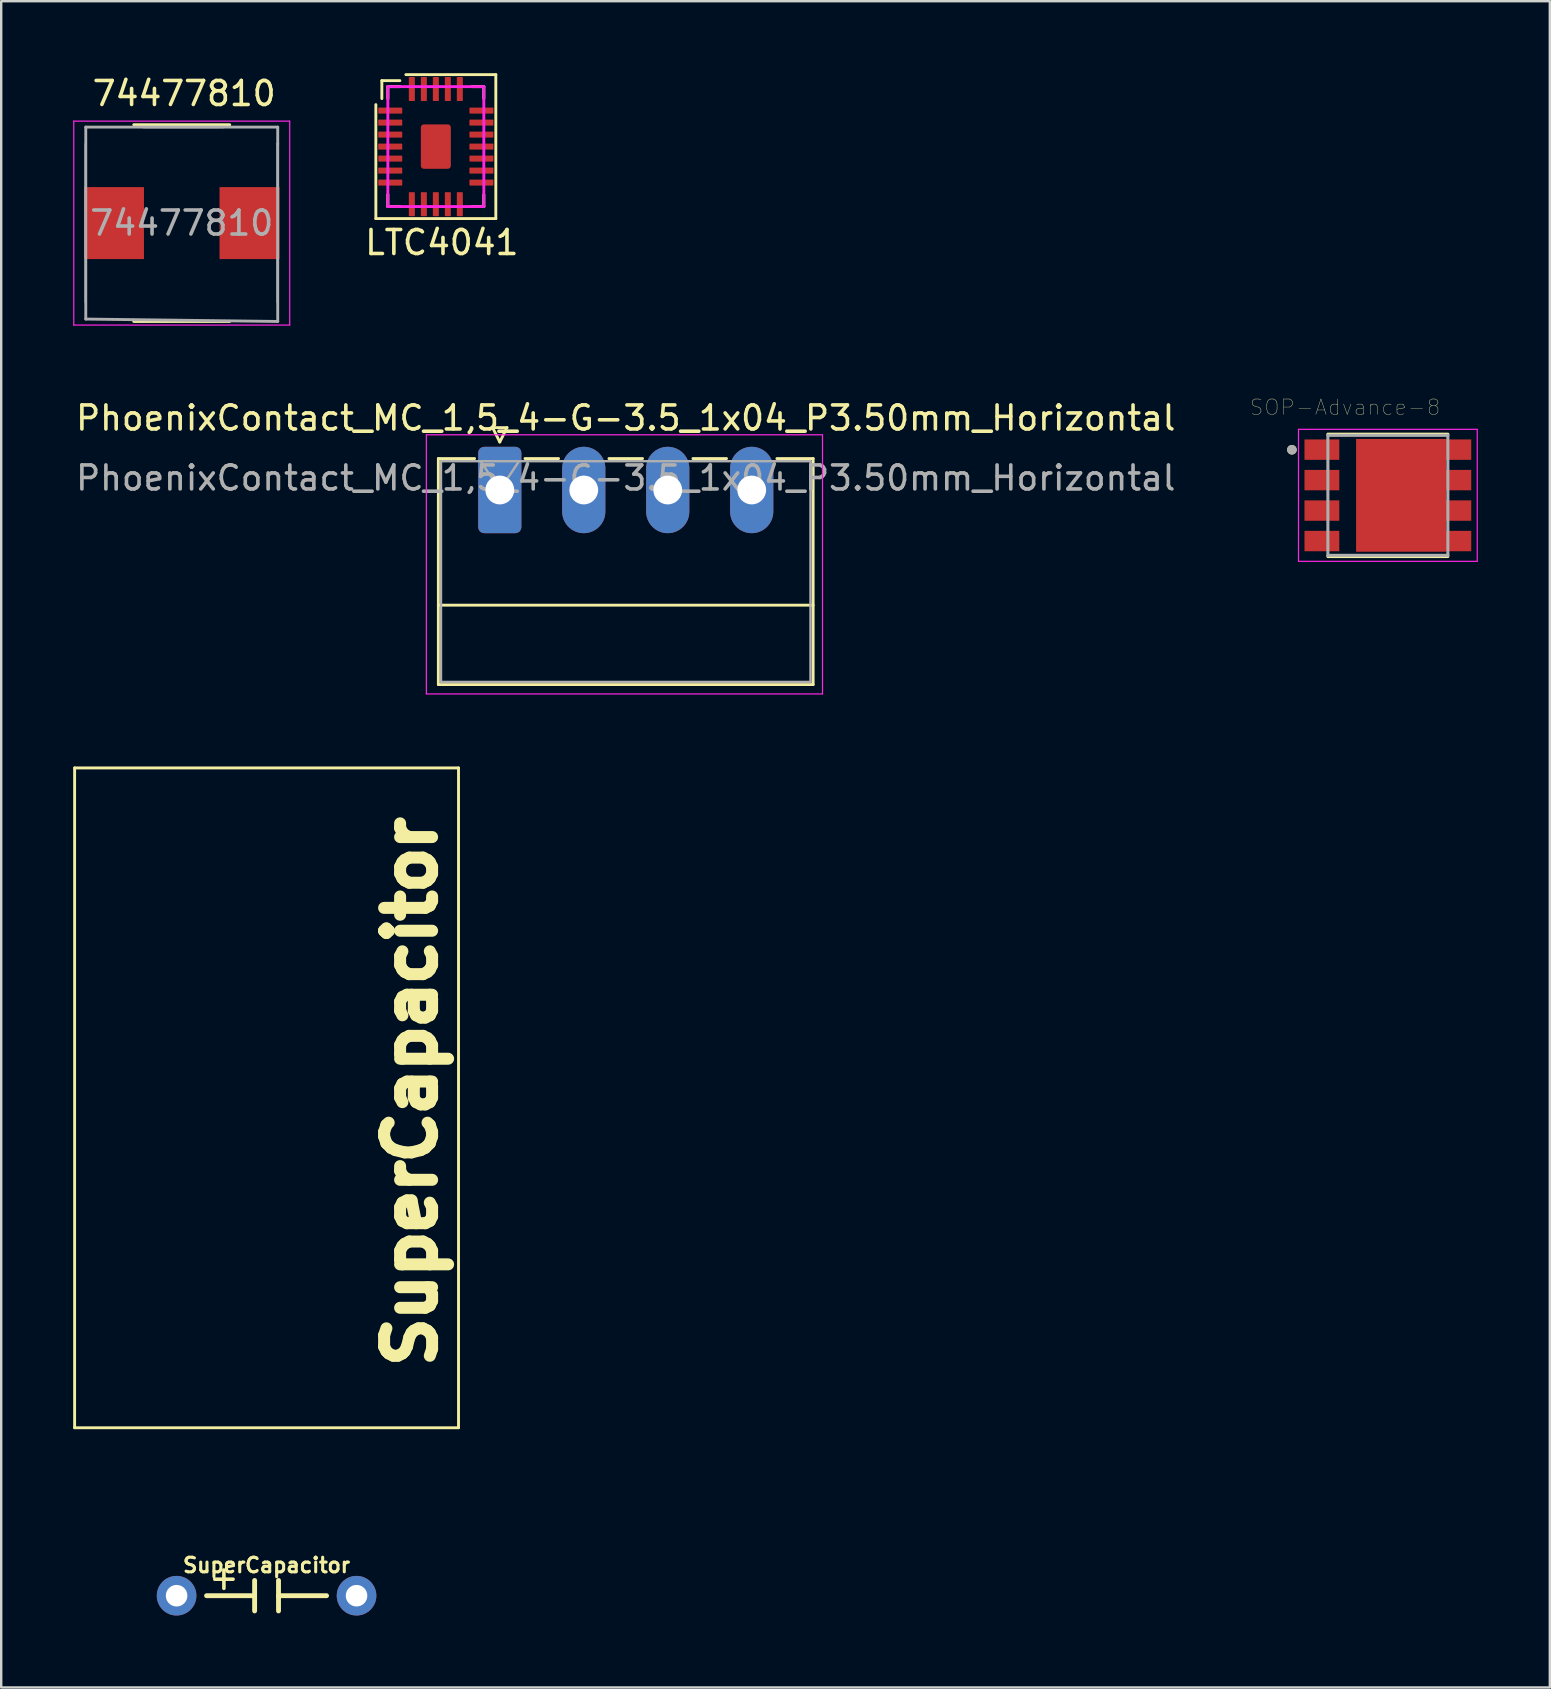
<source format=kicad_pcb>
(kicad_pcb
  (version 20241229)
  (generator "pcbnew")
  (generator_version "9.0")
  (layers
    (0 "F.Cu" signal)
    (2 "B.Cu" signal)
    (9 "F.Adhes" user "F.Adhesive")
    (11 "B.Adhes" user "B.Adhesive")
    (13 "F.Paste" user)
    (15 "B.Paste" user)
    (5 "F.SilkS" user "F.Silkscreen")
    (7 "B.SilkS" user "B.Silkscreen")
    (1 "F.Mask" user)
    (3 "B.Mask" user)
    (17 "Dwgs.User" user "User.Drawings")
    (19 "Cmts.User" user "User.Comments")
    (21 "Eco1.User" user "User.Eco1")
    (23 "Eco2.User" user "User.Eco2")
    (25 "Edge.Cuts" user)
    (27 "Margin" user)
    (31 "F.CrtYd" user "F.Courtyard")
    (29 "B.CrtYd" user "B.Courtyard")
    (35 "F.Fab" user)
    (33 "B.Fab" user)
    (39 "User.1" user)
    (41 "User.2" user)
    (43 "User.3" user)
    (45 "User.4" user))
  (footprint "SOP-Advance-8"
    (layer "F.Cu")
    (at 54.794 17.595)
    (property "Reference" "SOP-Advance-8" (at -1.784 -3.671 0) (layer "F.SilkS") (effects (font (size 0.64 0.64) (thickness 0.015))))
    (attr through_hole)
    (fp_line (start -2.5 -2.55) (end 2.5 -2.55) (stroke (width 0.127) (type solid)) (layer "F.SilkS"))
    (fp_line (start -2.5 2.55) (end 2.5 2.55) (stroke (width 0.127) (type solid)) (layer "F.SilkS"))
    (fp_circle (center -4 -1.9) (end -3.9 -1.9) (stroke (width 0.2) (type solid)) (fill no) (layer "F.SilkS"))
    (fp_poly (pts (xy -0.94 -1.186) (xy 2.04 -1.186) (xy 2.04 1.186) (xy -0.94 1.186)) (stroke (width 0.01) (type solid)) (fill yes) (layer "F.Paste"))
    (fp_line (start -3.725 -2.75) (end 3.725 -2.75) (stroke (width 0.05) (type solid)) (layer "F.CrtYd"))
    (fp_line (start -3.725 2.75) (end -3.725 -2.75) (stroke (width 0.05) (type solid)) (layer "F.CrtYd"))
    (fp_line (start 3.725 -2.75) (end 3.725 2.75) (stroke (width 0.05) (type solid)) (layer "F.CrtYd"))
    (fp_line (start 3.725 2.75) (end -3.725 2.75) (stroke (width 0.05) (type solid)) (layer "F.CrtYd"))
    (fp_line (start -2.5 -2.5) (end 2.5 -2.5) (stroke (width 0.127) (type solid)) (layer "F.Fab"))
    (fp_line (start -2.5 2.5) (end -2.5 -2.5) (stroke (width 0.127) (type solid)) (layer "F.Fab"))
    (fp_line (start 2.5 -2.5) (end 2.5 2.5) (stroke (width 0.127) (type solid)) (layer "F.Fab"))
    (fp_line (start 2.5 2.5) (end -2.5 2.5) (stroke (width 0.127) (type solid)) (layer "F.Fab"))
    (fp_circle (center -4 -1.9) (end -3.9 -1.9) (stroke (width 0.2) (type solid)) (fill no) (layer "F.Fab"))
    (pad "1" smd rect (at -2.75 1.905) (size 1.45 0.85) (layers "F.Cu" "F.Mask" "F.Paste"))
    (pad "2" smd rect (at -2.75 -1.905) (size 1.45 0.85) (layers "F.Cu" "F.Mask" "F.Paste"))
    (pad "2" smd rect (at -2.75 -0.635) (size 1.45 0.85) (layers "F.Cu" "F.Mask" "F.Paste"))
    (pad "2" smd rect (at -2.75 0.635) (size 1.45 0.85) (layers "F.Cu" "F.Mask" "F.Paste"))
    (pad "3" smd rect (at 0.55 0) (size 3.75 4.7) (layers "F.Cu" "F.Mask"))
    (pad "3" smd rect (at 2.95 -1.905) (size 1.05 0.85) (layers "F.Cu" "F.Mask" "F.Paste"))
    (pad "3" smd rect (at 2.95 -0.635) (size 1.05 0.85) (layers "F.Cu" "F.Mask" "F.Paste"))
    (pad "3" smd rect (at 2.95 0.635) (size 1.05 0.85) (layers "F.Cu" "F.Mask" "F.Paste"))
    (pad "3" smd rect (at 2.95 1.905) (size 1.05 0.85) (layers "F.Cu" "F.Mask" "F.Paste")))
  (footprint "PhoenixContact_MC_1,5_4-G-3.5_1x04_P3.50mm_Horizontal"
    (layer "F.Cu")
    (at 17.78 17.372)
    (property "Reference" "PhoenixContact_MC_1,5_4-G-3.5_1x04_P3.50mm_Horizontal" (at 5.25 -3 0) (layer "F.SilkS") (effects (font (size 1 1) (thickness 0.15))))
    (attr through_hole)
    (fp_line (start -2.56 -1.31) (end -2.56 8.11) (stroke (width 0.12) (type solid)) (layer "F.SilkS"))
    (fp_line (start -2.56 -1.31) (end -1.05 -1.31) (stroke (width 0.12) (type solid)) (layer "F.SilkS"))
    (fp_line (start -2.56 4.8) (end 13.06 4.8) (stroke (width 0.12) (type solid)) (layer "F.SilkS"))
    (fp_line (start -2.56 8.11) (end 13.06 8.11) (stroke (width 0.12) (type solid)) (layer "F.SilkS"))
    (fp_line (start -0.3 -2.6) (end 0.3 -2.6) (stroke (width 0.12) (type solid)) (layer "F.SilkS"))
    (fp_line (start 0 -2) (end -0.3 -2.6) (stroke (width 0.12) (type solid)) (layer "F.SilkS"))
    (fp_line (start 0.3 -2.6) (end 0 -2) (stroke (width 0.12) (type solid)) (layer "F.SilkS"))
    (fp_line (start 1.05 -1.31) (end 2.45 -1.31) (stroke (width 0.12) (type solid)) (layer "F.SilkS"))
    (fp_line (start 4.55 -1.31) (end 5.95 -1.31) (stroke (width 0.12) (type solid)) (layer "F.SilkS"))
    (fp_line (start 8.05 -1.31) (end 9.45 -1.31) (stroke (width 0.12) (type solid)) (layer "F.SilkS"))
    (fp_line (start 13.06 -1.31) (end 11.55 -1.31) (stroke (width 0.12) (type solid)) (layer "F.SilkS"))
    (fp_line (start 13.06 8.11) (end 13.06 -1.31) (stroke (width 0.12) (type solid)) (layer "F.SilkS"))
    (fp_line (start -3.06 -2.3) (end -3.06 8.5) (stroke (width 0.05) (type solid)) (layer "F.CrtYd"))
    (fp_line (start -3.06 8.5) (end 13.45 8.5) (stroke (width 0.05) (type solid)) (layer "F.CrtYd"))
    (fp_line (start 13.45 -2.3) (end -3.06 -2.3) (stroke (width 0.05) (type solid)) (layer "F.CrtYd"))
    (fp_line (start 13.45 8.5) (end 13.45 -2.3) (stroke (width 0.05) (type solid)) (layer "F.CrtYd"))
    (fp_line (start -2.45 -1.2) (end -2.45 8) (stroke (width 0.1) (type solid)) (layer "F.Fab"))
    (fp_line (start -2.45 8) (end 12.95 8) (stroke (width 0.1) (type solid)) (layer "F.Fab"))
    (fp_line (start 0 0) (end -0.8 -1.2) (stroke (width 0.1) (type solid)) (layer "F.Fab"))
    (fp_line (start 0.8 -1.2) (end 0 0) (stroke (width 0.1) (type solid)) (layer "F.Fab"))
    (fp_line (start 12.95 -1.2) (end -2.45 -1.2) (stroke (width 0.1) (type solid)) (layer "F.Fab"))
    (fp_line (start 12.95 8) (end 12.95 -1.2) (stroke (width 0.1) (type solid)) (layer "F.Fab"))
    (fp_text user "${REFERENCE}" (at 5.25 -0.5 0) (layer "F.Fab") (effects (font (size 1 1) (thickness 0.15))))
    (pad "1" thru_hole roundrect (at 0 0) (size 1.8 3.6) (drill 1.2) (layers "*.Cu" "*.Mask") (roundrect_rratio 0.139))
    (pad "2" thru_hole oval (at 3.5 0) (size 1.8 3.6) (drill 1.2) (layers "*.Cu" "*.Mask"))
    (pad "3" thru_hole oval (at 7 0) (size 1.8 3.6) (drill 1.2) (layers "*.Cu" "*.Mask"))
    (pad "4" thru_hole oval (at 10.5 0) (size 1.8 3.6) (drill 1.2) (layers "*.Cu" "*.Mask")))
  (footprint "LTC4041"
    (layer "F.Cu")
    (at 15.115 3.06)
    (property "Reference" "LTC4041" (at 0.25 4 0) (layer "F.SilkS") (effects (font (size 1 1) (thickness 0.15))))
    (attr through_hole)
    (fp_line (start -2.5 -1.75) (end -2.5 3) (stroke (width 0.12) (type solid)) (layer "F.SilkS"))
    (fp_line (start -2.5 3) (end 2.5 3) (stroke (width 0.12) (type solid)) (layer "F.SilkS"))
    (fp_line (start -2.25 -2.75) (end -1.5 -2.75) (stroke (width 0.12) (type solid)) (layer "F.SilkS"))
    (fp_line (start -2.25 -2) (end -2.25 -2.75) (stroke (width 0.12) (type solid)) (layer "F.SilkS"))
    (fp_line (start -2 -2.5) (end -1.5 -2.5) (stroke (width 0.12) (type solid)) (layer "F.SilkS"))
    (fp_line (start -2 -2) (end -2 -2.5) (stroke (width 0.12) (type solid)) (layer "F.SilkS"))
    (fp_line (start -2 2) (end -2 2.5) (stroke (width 0.12) (type solid)) (layer "F.SilkS"))
    (fp_line (start -2 2.5) (end -1.5 2.5) (stroke (width 0.12) (type solid)) (layer "F.SilkS"))
    (fp_line (start 1.5 -2.5) (end 2 -2.5) (stroke (width 0.12) (type solid)) (layer "F.SilkS"))
    (fp_line (start 1.5 2.5) (end 2 2.5) (stroke (width 0.12) (type solid)) (layer "F.SilkS"))
    (fp_line (start 2 -2.5) (end 2 -2) (stroke (width 0.12) (type solid)) (layer "F.SilkS"))
    (fp_line (start 2 2.5) (end 2 2) (stroke (width 0.12) (type solid)) (layer "F.SilkS"))
    (fp_line (start 2.5 -3) (end -1.25 -3) (stroke (width 0.12) (type solid)) (layer "F.SilkS"))
    (fp_line (start 2.5 3) (end 2.5 -3) (stroke (width 0.12) (type solid)) (layer "F.SilkS"))
    (fp_line (start -2 -2.5) (end 2 -2.5) (stroke (width 0.12) (type solid)) (layer "F.CrtYd"))
    (fp_line (start -2 2.5) (end -2 -2.5) (stroke (width 0.12) (type solid)) (layer "F.CrtYd"))
    (fp_line (start 2 -2.5) (end 2 2.5) (stroke (width 0.12) (type solid)) (layer "F.CrtYd"))
    (fp_line (start 2 2.5) (end -2 2.5) (stroke (width 0.12) (type solid)) (layer "F.CrtYd"))
    (pad "1" smd roundrect (at -1.9 -1.5) (size 1 0.25) (layers "F.Cu" "F.Mask" "F.Paste") (roundrect_rratio 0.1))
    (pad "2" smd roundrect (at -1.9 -1) (size 1 0.25) (layers "F.Cu" "F.Mask" "F.Paste") (roundrect_rratio 0.1))
    (pad "3" smd roundrect (at -1.9 -0.5) (size 1 0.25) (layers "F.Cu" "F.Mask" "F.Paste") (roundrect_rratio 0.1))
    (pad "4" smd roundrect (at -1.9 0) (size 1 0.25) (layers "F.Cu" "F.Mask" "F.Paste") (roundrect_rratio 0.1))
    (pad "5" smd roundrect (at -1.9 0.5) (size 1 0.25) (layers "F.Cu" "F.Mask" "F.Paste") (roundrect_rratio 0.1))
    (pad "6" smd roundrect (at -1.9 1) (size 1 0.25) (layers "F.Cu" "F.Mask" "F.Paste") (roundrect_rratio 0.1))
    (pad "7" smd roundrect (at -1.9 1.5) (size 1 0.25) (layers "F.Cu" "F.Mask" "F.Paste") (roundrect_rratio 0.1))
    (pad "8" smd roundrect (at -1 2.4) (size 0.25 1) (layers "F.Cu" "F.Mask" "F.Paste") (roundrect_rratio 0.1))
    (pad "9" smd roundrect (at -0.5 2.4) (size 0.25 1) (layers "F.Cu" "F.Mask" "F.Paste") (roundrect_rratio 0.1))
    (pad "10" smd roundrect (at 0 2.4) (size 0.25 1) (layers "F.Cu" "F.Mask" "F.Paste") (roundrect_rratio 0.1))
    (pad "11" smd roundrect (at 0.5 2.4) (size 0.25 1) (layers "F.Cu" "F.Mask" "F.Paste") (roundrect_rratio 0.1))
    (pad "12" smd roundrect (at 1 2.4) (size 0.25 1) (layers "F.Cu" "F.Mask" "F.Paste") (roundrect_rratio 0.1))
    (pad "13" smd roundrect (at 1.9 1.5) (size 1 0.25) (layers "F.Cu" "F.Mask" "F.Paste") (roundrect_rratio 0.1))
    (pad "14" smd roundrect (at 1.9 1) (size 1 0.25) (layers "F.Cu" "F.Mask" "F.Paste") (roundrect_rratio 0.1))
    (pad "15" smd roundrect (at 1.9 0.5) (size 1 0.25) (layers "F.Cu" "F.Mask" "F.Paste") (roundrect_rratio 0.1))
    (pad "16" smd roundrect (at 1.9 0) (size 1 0.25) (layers "F.Cu" "F.Mask" "F.Paste") (roundrect_rratio 0.1))
    (pad "17" smd roundrect (at 1.9 -0.5) (size 1 0.25) (layers "F.Cu" "F.Mask" "F.Paste") (roundrect_rratio 0.1))
    (pad "18" smd roundrect (at 1.9 -1) (size 1 0.25) (layers "F.Cu" "F.Mask" "F.Paste") (roundrect_rratio 0.1))
    (pad "19" smd roundrect (at 1.9 -1.5) (size 1 0.25) (layers "F.Cu" "F.Mask" "F.Paste") (roundrect_rratio 0.1))
    (pad "20" smd roundrect (at 1 -2.4) (size 0.25 1) (layers "F.Cu" "F.Mask" "F.Paste") (roundrect_rratio 0.1))
    (pad "21" smd roundrect (at 0.5 -2.4) (size 0.25 1) (layers "F.Cu" "F.Mask" "F.Paste") (roundrect_rratio 0.1))
    (pad "22" smd roundrect (at 0 -2.4) (size 0.25 1) (layers "F.Cu" "F.Mask" "F.Paste") (roundrect_rratio 0.1))
    (pad "23" smd roundrect (at -0.5 -2.4) (size 0.25 1) (layers "F.Cu" "F.Mask" "F.Paste") (roundrect_rratio 0.1))
    (pad "24" smd roundrect (at -1 -2.4) (size 0.25 1) (layers "F.Cu" "F.Mask" "F.Paste") (roundrect_rratio 0.1))
    (pad "25" smd roundrect (at 0 0) (size 1.25 1.85) (layers "F.Cu" "F.Mask" "F.Paste") (roundrect_rratio 0.1)))
  (footprint "74477810"
    (layer "F.Cu")
    (at 4.525 6.248)
    (property "Reference" "74477810" (at 0.1 -5.4 180) (layer "F.SilkS") (effects (font (size 1 1) (thickness 0.15))))
    (attr smd)
    (fp_line (start 2 -4.1) (end -2 -4.1) (stroke (width 0.12) (type solid)) (layer "F.SilkS"))
    (fp_line (start 2 4.1) (end -2 4.1) (stroke (width 0.12) (type solid)) (layer "F.SilkS"))
    (fp_line (start -4.5 -4.25) (end -4.5 4.25) (stroke (width 0.05) (type solid)) (layer "F.CrtYd"))
    (fp_line (start -4.5 4.25) (end 4.5 4.25) (stroke (width 0.05) (type solid)) (layer "F.CrtYd"))
    (fp_line (start 4.5 -4.25) (end -4.5 -4.25) (stroke (width 0.05) (type solid)) (layer "F.CrtYd"))
    (fp_line (start 4.5 4.25) (end 4.5 -4.25) (stroke (width 0.05) (type solid)) (layer "F.CrtYd"))
    (fp_line (start -4 -4) (end 1.7 -4) (stroke (width 0.12) (type solid)) (layer "F.Fab"))
    (fp_line (start -4 3.3) (end -4 -3.3) (stroke (width 0.1) (type solid)) (layer "F.Fab"))
    (fp_line (start -4 4) (end -4 -4) (stroke (width 0.12) (type solid)) (layer "F.Fab"))
    (fp_line (start 1.6 -4) (end -1.6 -4) (stroke (width 0.1) (type solid)) (layer "F.Fab"))
    (fp_line (start 1.7 -4) (end 4 -4) (stroke (width 0.12) (type solid)) (layer "F.Fab"))
    (fp_line (start 4 -4) (end 4 -3.3) (stroke (width 0.12) (type solid)) (layer "F.Fab"))
    (fp_line (start 4 -3.3) (end 4 3.3) (stroke (width 0.1) (type solid)) (layer "F.Fab"))
    (fp_line (start 4 -3.3) (end 4 4.1) (stroke (width 0.12) (type solid)) (layer "F.Fab"))
    (fp_line (start 4 4.1) (end -4 4) (stroke (width 0.12) (type solid)) (layer "F.Fab"))
    (fp_text user "${REFERENCE}" (at 0 0 0) (layer "F.Fab") (effects (font (size 1 1) (thickness 0.15))))
    (pad "1" smd rect (at -2.825 0 270) (size 3 2.5) (layers "F.Cu" "F.Mask" "F.Paste"))
    (pad "2" smd rect (at 2.825 0 270) (size 3 2.5) (layers "F.Cu" "F.Mask" "F.Paste")))
  (footprint "SuperCapacitor"
    (layer "F.Cu")
    (at 8.06 63.456)
    (property "Reference" "SuperCapacitor" (at 0 -1.27 0) (layer "F.SilkS") (effects (font (size 0.61 0.61) (thickness 0.127))))
    (attr exclude_from_pos_files exclude_from_bom)
    (fp_line (start -8 -34.5) (end -8 -7) (stroke (width 0.12) (type solid)) (layer "F.SilkS"))
    (fp_line (start -8 -34.5) (end 8 -34.5) (stroke (width 0.12) (type solid)) (layer "F.SilkS"))
    (fp_line (start -8 -7) (end 8 -7) (stroke (width 0.12) (type solid)) (layer "F.SilkS"))
    (fp_line (start -0.498 -0.635) (end -0.498 0) (stroke (width 0.203) (type solid)) (layer "F.SilkS"))
    (fp_line (start -0.498 0) (end -2.5 0) (stroke (width 0.203) (type solid)) (layer "F.SilkS"))
    (fp_line (start -0.498 0) (end -0.498 0.635) (stroke (width 0.203) (type solid)) (layer "F.SilkS"))
    (fp_line (start 0.498 -0.635) (end 0.498 0) (stroke (width 0.203) (type solid)) (layer "F.SilkS"))
    (fp_line (start 0.498 0) (end 0.498 0.635) (stroke (width 0.203) (type solid)) (layer "F.SilkS"))
    (fp_line (start 0.498 0) (end 2.5 0) (stroke (width 0.203) (type solid)) (layer "F.SilkS"))
    (fp_line (start 8 -34.5) (end 8 -7) (stroke (width 0.12) (type solid)) (layer "F.SilkS"))
    (fp_text user "SuperCapacitor" (at 6 -21 90) (layer "F.SilkS") (effects (font (size 2 2) (thickness 0.5))))
    (fp_text user "+" (at -1.778 -0.762 0) (layer "F.SilkS") (effects (font (size 1 1) (thickness 0.15))))
    (pad "1" thru_hole circle (at -3.75 0) (size 1.651 1.651) (drill 0.899) (layers "*.Cu" "*.Mask"))
    (pad "2" thru_hole circle (at 3.75 0) (size 1.651 1.651) (drill 0.899) (layers "*.Cu" "*.Mask")))
  (gr_rect
    (start -3 -3)
    (end 61.544 67.282)
    (stroke (width 0.1) (type default))
    (fill no)
    (layer "Edge.Cuts")))
</source>
